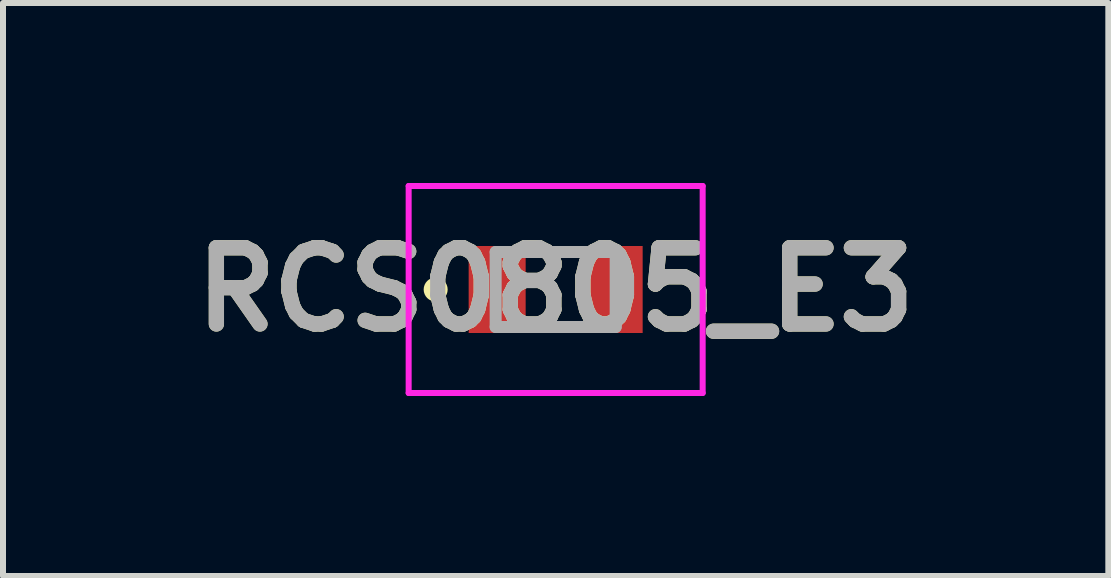
<source format=kicad_pcb>
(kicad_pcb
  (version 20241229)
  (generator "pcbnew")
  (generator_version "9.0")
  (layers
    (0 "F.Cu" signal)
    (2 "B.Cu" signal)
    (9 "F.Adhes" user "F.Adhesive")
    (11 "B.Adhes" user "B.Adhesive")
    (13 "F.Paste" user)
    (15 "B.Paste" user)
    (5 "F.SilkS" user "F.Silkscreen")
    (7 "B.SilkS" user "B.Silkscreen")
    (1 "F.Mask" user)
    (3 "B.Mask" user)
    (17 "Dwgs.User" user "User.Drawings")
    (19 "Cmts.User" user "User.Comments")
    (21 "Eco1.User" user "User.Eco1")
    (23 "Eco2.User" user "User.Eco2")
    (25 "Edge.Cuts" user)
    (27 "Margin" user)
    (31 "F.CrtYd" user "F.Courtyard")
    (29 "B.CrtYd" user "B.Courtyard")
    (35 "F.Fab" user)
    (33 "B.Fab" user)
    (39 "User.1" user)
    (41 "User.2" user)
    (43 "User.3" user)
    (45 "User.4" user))
  (footprint "RCS0805_E3"
    (layer "F.Cu")
    (at 6.211 1.775)
    (property "Reference" "RCS0805_E3" (at 0 0 0) (layer "F.SilkS") (effects (font (size 1.27 1.27) (thickness 0.254))))
    (attr smd)
    (fp_line (start -2 -0.1) (end -2 -0.1) (stroke (width 0.2) (type solid)) (layer "F.SilkS"))
    (fp_line (start -2 0.1) (end -2 0.1) (stroke (width 0.2) (type solid)) (layer "F.SilkS"))
    (fp_arc (start -2 -0.1) (mid -1.9 0) (end -2 0.1) (stroke (width 0.2) (type solid)) (layer "F.SilkS"))
    (fp_arc (start -2 0.1) (mid -2.1 0) (end -2 -0.1) (stroke (width 0.2) (type solid)) (layer "F.SilkS"))
    (fp_line (start -2.45 -1.725) (end 2.45 -1.725) (stroke (width 0.1) (type solid)) (layer "F.CrtYd"))
    (fp_line (start -2.45 1.725) (end -2.45 -1.725) (stroke (width 0.1) (type solid)) (layer "F.CrtYd"))
    (fp_line (start 2.45 -1.725) (end 2.45 1.725) (stroke (width 0.1) (type solid)) (layer "F.CrtYd"))
    (fp_line (start 2.45 1.725) (end -2.45 1.725) (stroke (width 0.1) (type solid)) (layer "F.CrtYd"))
    (fp_line (start -1 -0.625) (end 1 -0.625) (stroke (width 0.2) (type solid)) (layer "F.Fab"))
    (fp_line (start -1 0.625) (end -1 -0.625) (stroke (width 0.2) (type solid)) (layer "F.Fab"))
    (fp_line (start 1 -0.625) (end 1 0.625) (stroke (width 0.2) (type solid)) (layer "F.Fab"))
    (fp_line (start 1 0.625) (end -1 0.625) (stroke (width 0.2) (type solid)) (layer "F.Fab"))
    (fp_text user "${REFERENCE}" (at 0 0 0) (layer "F.Fab") (effects (font (size 1.27 1.27) (thickness 0.254))))
    (pad "1" smd rect (at -0.975 0) (size 0.95 1.45) (layers "F.Cu" "F.Mask" "F.Paste"))
    (pad "2" smd rect (at 0.975 0) (size 0.95 1.45) (layers "F.Cu" "F.Mask" "F.Paste")))
  (gr_rect
    (start -3 -3)
    (end 15.422 6.55)
    (stroke (width 0.1) (type default))
    (fill no)
    (layer "Edge.Cuts")))
</source>
